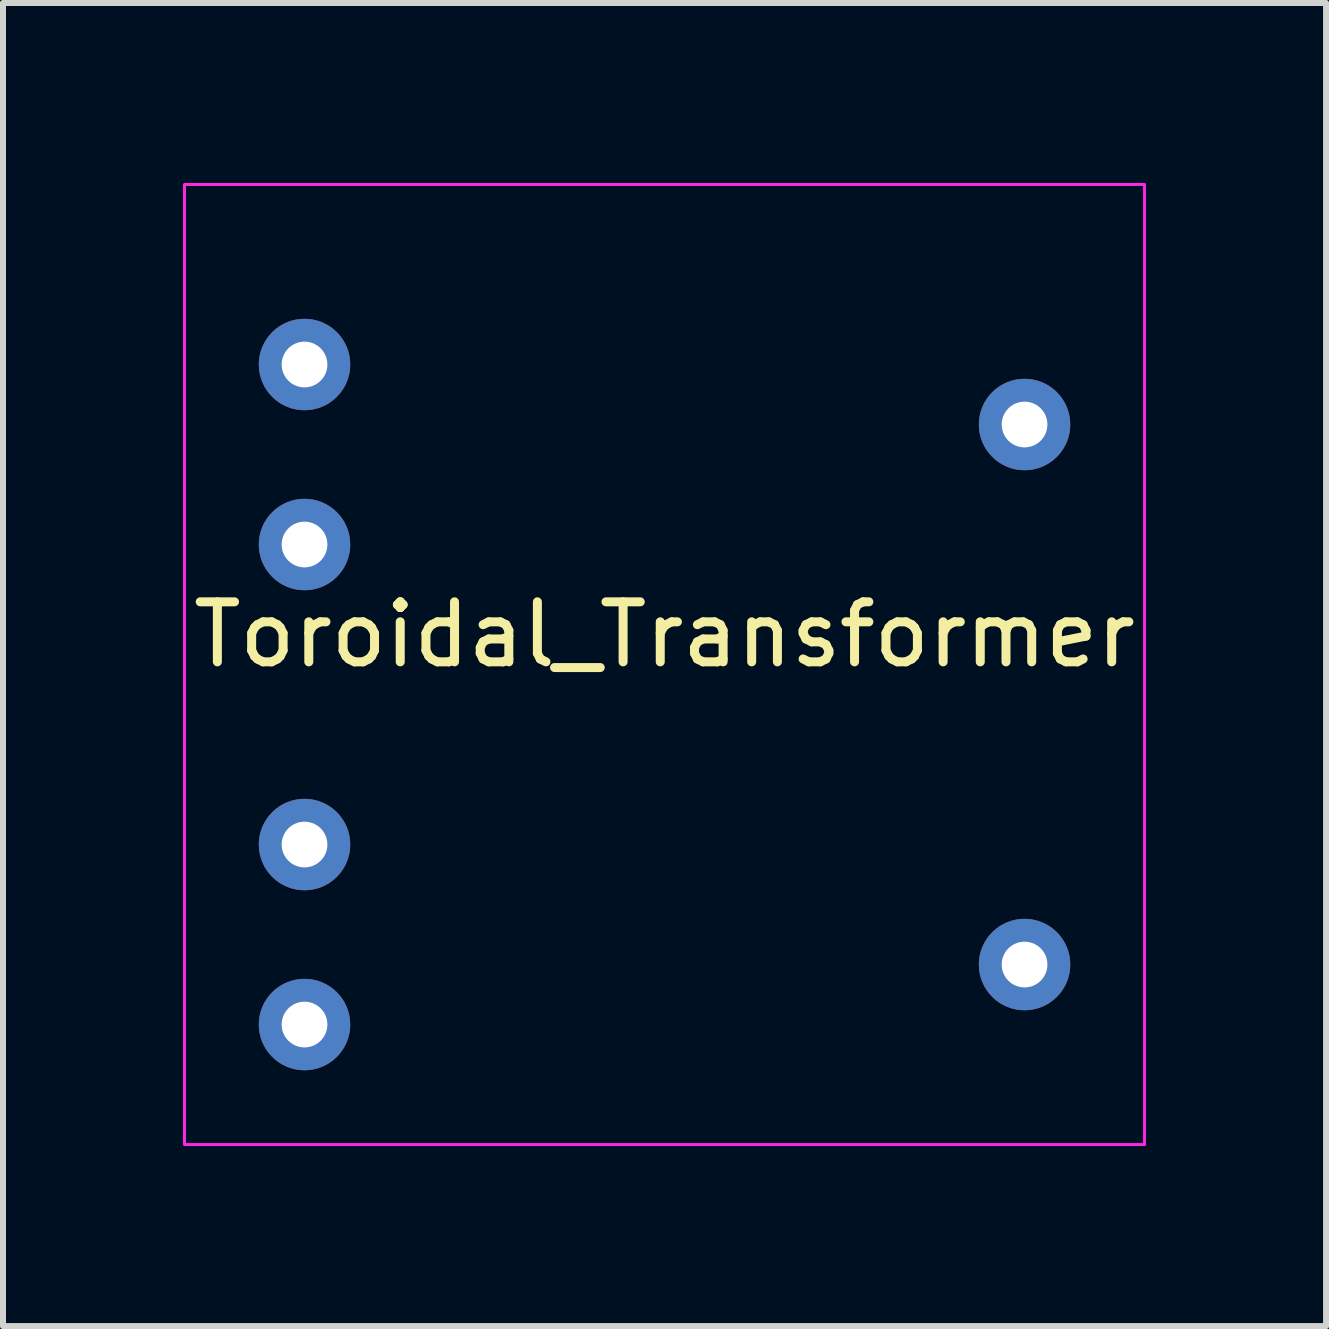
<source format=kicad_pcb>
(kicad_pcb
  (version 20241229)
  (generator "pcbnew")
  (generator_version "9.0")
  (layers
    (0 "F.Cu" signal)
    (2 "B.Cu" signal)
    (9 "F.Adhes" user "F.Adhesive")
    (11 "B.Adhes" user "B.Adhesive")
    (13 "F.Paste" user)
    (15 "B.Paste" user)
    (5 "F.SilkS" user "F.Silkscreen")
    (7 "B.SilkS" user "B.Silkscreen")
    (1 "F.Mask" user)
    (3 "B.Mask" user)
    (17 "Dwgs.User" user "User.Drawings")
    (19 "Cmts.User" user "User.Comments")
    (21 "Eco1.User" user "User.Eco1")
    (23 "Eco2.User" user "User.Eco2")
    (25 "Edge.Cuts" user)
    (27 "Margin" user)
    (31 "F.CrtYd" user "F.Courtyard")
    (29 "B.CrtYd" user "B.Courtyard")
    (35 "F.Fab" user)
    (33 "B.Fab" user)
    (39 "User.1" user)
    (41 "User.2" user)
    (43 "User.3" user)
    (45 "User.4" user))
  (footprint "Toroidal_Transformer"
    (layer "F.Cu")
    (at 8.025 8.025)
    (property "Reference" "Toroidal_Transformer" (at 0 -0.5 0) (unlocked yes) (layer "F.SilkS") (effects (font (size 1 1) (thickness 0.15))))
    (attr through_hole)
    (fp_rect (start -8 -8) (end 8 8) (stroke (width 0.05) (type solid)) (fill no) (layer "F.CrtYd"))
    (pad "1" thru_hole circle (at -6 -5) (size 1.524 1.524) (drill 0.762) (layers "*.Cu" "*.Mask"))
    (pad "2" thru_hole circle (at -6 -2) (size 1.524 1.524) (drill 0.762) (layers "*.Cu" "*.Mask"))
    (pad "3" thru_hole circle (at -6 3) (size 1.524 1.524) (drill 0.762) (layers "*.Cu" "*.Mask"))
    (pad "4" thru_hole circle (at -6 6) (size 1.524 1.524) (drill 0.762) (layers "*.Cu" "*.Mask"))
    (pad "5" thru_hole circle (at 6 -4) (size 1.524 1.524) (drill 0.762) (layers "*.Cu" "*.Mask"))
    (pad "6" thru_hole circle (at 6 5) (size 1.524 1.524) (drill 0.762) (layers "*.Cu" "*.Mask")))
  (gr_rect
    (start -3 -3)
    (end 19.05 19.05)
    (stroke (width 0.1) (type default))
    (fill no)
    (layer "Edge.Cuts")))
</source>
